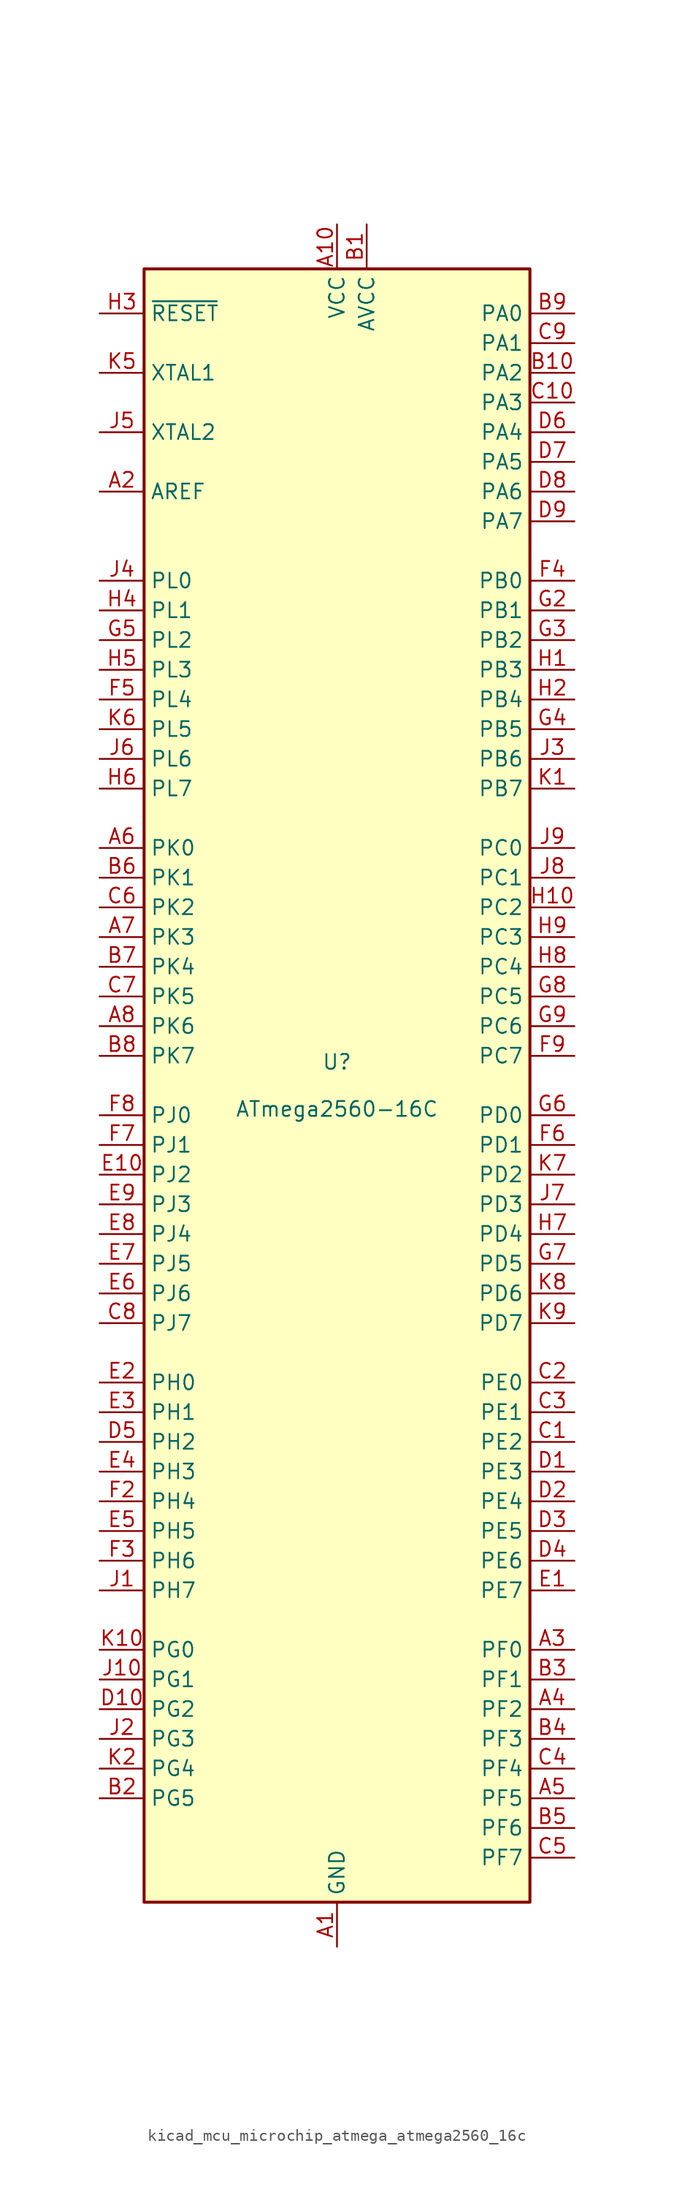
<source format=kicad_sym>
(kicad_symbol_lib
  (version 20220914)
  (generator kicad_symbol_editor)
  (symbol "kicad_mcu_microchip_atmega_atmega2560_16c"
    (property "Reference" "U"
      (at 0 1.27 0)
      (effects (font (size 1.27 1.27)) (justify bottom)))
    (property "Value" "ATmega2560-16C"
      (at 0 -1.27 0)
      (effects (font (size 1.27 1.27)) (justify top)))
    (symbol "kicad_mcu_microchip_atmega_atmega2560_16c_0_1"
      (rectangle (start -16.51 -69.85) (end 16.51 69.85) (stroke (width 0.254) (type default)) (fill (type background))))
    (symbol "kicad_mcu_microchip_atmega_atmega2560_16c_1_1"
      (pin power_in line (at 0 -73.66 90) (length 3.81) (name "GND" (effects (font (size 1.27 1.27)))) (number "A1" (effects (font (size 1.27 1.27)))))
      (pin power_in line (at 0 73.66 270) (length 3.81) (name "VCC" (effects (font (size 1.27 1.27)))) (number "A10" (effects (font (size 1.27 1.27)))))
      (pin passive line (at -20.32 50.8 0) (length 3.81) (name "AREF" (effects (font (size 1.27 1.27)))) (number "A2" (effects (font (size 1.27 1.27)))))
      (pin bidirectional line (at 20.32 -48.26 180) (length 3.81) (name "PF0" (effects (font (size 1.27 1.27)))) (number "A3" (effects (font (size 1.27 1.27)))))
      (pin bidirectional line (at 20.32 -53.34 180) (length 3.81) (name "PF2" (effects (font (size 1.27 1.27)))) (number "A4" (effects (font (size 1.27 1.27)))))
      (pin bidirectional line (at 20.32 -60.96 180) (length 3.81) (name "PF5" (effects (font (size 1.27 1.27)))) (number "A5" (effects (font (size 1.27 1.27)))))
      (pin bidirectional line (at -20.32 20.32 0) (length 3.81) (name "PK0" (effects (font (size 1.27 1.27)))) (number "A6" (effects (font (size 1.27 1.27)))))
      (pin bidirectional line (at -20.32 12.7 0) (length 3.81) (name "PK3" (effects (font (size 1.27 1.27)))) (number "A7" (effects (font (size 1.27 1.27)))))
      (pin bidirectional line (at -20.32 5.08 0) (length 3.81) (name "PK6" (effects (font (size 1.27 1.27)))) (number "A8" (effects (font (size 1.27 1.27)))))
      (pin passive line (at 0 -73.66 90) (length 3.81) hide (name "GND" (effects (font (size 1.27 1.27)))) (number "A9" (effects (font (size 1.27 1.27)))))
      (pin power_in line (at 2.54 73.66 270) (length 3.81) (name "AVCC" (effects (font (size 1.27 1.27)))) (number "B1" (effects (font (size 1.27 1.27)))))
      (pin bidirectional line (at 20.32 60.96 180) (length 3.81) (name "PA2" (effects (font (size 1.27 1.27)))) (number "B10" (effects (font (size 1.27 1.27)))))
      (pin bidirectional line (at -20.32 -60.96 0) (length 3.81) (name "PG5" (effects (font (size 1.27 1.27)))) (number "B2" (effects (font (size 1.27 1.27)))))
      (pin bidirectional line (at 20.32 -50.8 180) (length 3.81) (name "PF1" (effects (font (size 1.27 1.27)))) (number "B3" (effects (font (size 1.27 1.27)))))
      (pin bidirectional line (at 20.32 -55.88 180) (length 3.81) (name "PF3" (effects (font (size 1.27 1.27)))) (number "B4" (effects (font (size 1.27 1.27)))))
      (pin bidirectional line (at 20.32 -63.5 180) (length 3.81) (name "PF6" (effects (font (size 1.27 1.27)))) (number "B5" (effects (font (size 1.27 1.27)))))
      (pin bidirectional line (at -20.32 17.78 0) (length 3.81) (name "PK1" (effects (font (size 1.27 1.27)))) (number "B6" (effects (font (size 1.27 1.27)))))
      (pin bidirectional line (at -20.32 10.16 0) (length 3.81) (name "PK4" (effects (font (size 1.27 1.27)))) (number "B7" (effects (font (size 1.27 1.27)))))
      (pin bidirectional line (at -20.32 2.54 0) (length 3.81) (name "PK7" (effects (font (size 1.27 1.27)))) (number "B8" (effects (font (size 1.27 1.27)))))
      (pin bidirectional line (at 20.32 66.04 180) (length 3.81) (name "PA0" (effects (font (size 1.27 1.27)))) (number "B9" (effects (font (size 1.27 1.27)))))
      (pin bidirectional line (at 20.32 -30.48 180) (length 3.81) (name "PE2" (effects (font (size 1.27 1.27)))) (number "C1" (effects (font (size 1.27 1.27)))))
      (pin bidirectional line (at 20.32 58.42 180) (length 3.81) (name "PA3" (effects (font (size 1.27 1.27)))) (number "C10" (effects (font (size 1.27 1.27)))))
      (pin bidirectional line (at 20.32 -25.4 180) (length 3.81) (name "PE0" (effects (font (size 1.27 1.27)))) (number "C2" (effects (font (size 1.27 1.27)))))
      (pin bidirectional line (at 20.32 -27.94 180) (length 3.81) (name "PE1" (effects (font (size 1.27 1.27)))) (number "C3" (effects (font (size 1.27 1.27)))))
      (pin bidirectional line (at 20.32 -58.42 180) (length 3.81) (name "PF4" (effects (font (size 1.27 1.27)))) (number "C4" (effects (font (size 1.27 1.27)))))
      (pin bidirectional line (at 20.32 -66.04 180) (length 3.81) (name "PF7" (effects (font (size 1.27 1.27)))) (number "C5" (effects (font (size 1.27 1.27)))))
      (pin bidirectional line (at -20.32 15.24 0) (length 3.81) (name "PK2" (effects (font (size 1.27 1.27)))) (number "C6" (effects (font (size 1.27 1.27)))))
      (pin bidirectional line (at -20.32 7.62 0) (length 3.81) (name "PK5" (effects (font (size 1.27 1.27)))) (number "C7" (effects (font (size 1.27 1.27)))))
      (pin bidirectional line (at -20.32 -20.32 0) (length 3.81) (name "PJ7" (effects (font (size 1.27 1.27)))) (number "C8" (effects (font (size 1.27 1.27)))))
      (pin bidirectional line (at 20.32 63.5 180) (length 3.81) (name "PA1" (effects (font (size 1.27 1.27)))) (number "C9" (effects (font (size 1.27 1.27)))))
      (pin bidirectional line (at 20.32 -33.02 180) (length 3.81) (name "PE3" (effects (font (size 1.27 1.27)))) (number "D1" (effects (font (size 1.27 1.27)))))
      (pin bidirectional line (at -20.32 -53.34 0) (length 3.81) (name "PG2" (effects (font (size 1.27 1.27)))) (number "D10" (effects (font (size 1.27 1.27)))))
      (pin bidirectional line (at 20.32 -35.56 180) (length 3.81) (name "PE4" (effects (font (size 1.27 1.27)))) (number "D2" (effects (font (size 1.27 1.27)))))
      (pin bidirectional line (at 20.32 -38.1 180) (length 3.81) (name "PE5" (effects (font (size 1.27 1.27)))) (number "D3" (effects (font (size 1.27 1.27)))))
      (pin bidirectional line (at 20.32 -40.64 180) (length 3.81) (name "PE6" (effects (font (size 1.27 1.27)))) (number "D4" (effects (font (size 1.27 1.27)))))
      (pin bidirectional line (at -20.32 -30.48 0) (length 3.81) (name "PH2" (effects (font (size 1.27 1.27)))) (number "D5" (effects (font (size 1.27 1.27)))))
      (pin bidirectional line (at 20.32 55.88 180) (length 3.81) (name "PA4" (effects (font (size 1.27 1.27)))) (number "D6" (effects (font (size 1.27 1.27)))))
      (pin bidirectional line (at 20.32 53.34 180) (length 3.81) (name "PA5" (effects (font (size 1.27 1.27)))) (number "D7" (effects (font (size 1.27 1.27)))))
      (pin bidirectional line (at 20.32 50.8 180) (length 3.81) (name "PA6" (effects (font (size 1.27 1.27)))) (number "D8" (effects (font (size 1.27 1.27)))))
      (pin bidirectional line (at 20.32 48.26 180) (length 3.81) (name "PA7" (effects (font (size 1.27 1.27)))) (number "D9" (effects (font (size 1.27 1.27)))))
      (pin bidirectional line (at 20.32 -43.18 180) (length 3.81) (name "PE7" (effects (font (size 1.27 1.27)))) (number "E1" (effects (font (size 1.27 1.27)))))
      (pin bidirectional line (at -20.32 -7.62 0) (length 3.81) (name "PJ2" (effects (font (size 1.27 1.27)))) (number "E10" (effects (font (size 1.27 1.27)))))
      (pin bidirectional line (at -20.32 -25.4 0) (length 3.81) (name "PH0" (effects (font (size 1.27 1.27)))) (number "E2" (effects (font (size 1.27 1.27)))))
      (pin bidirectional line (at -20.32 -27.94 0) (length 3.81) (name "PH1" (effects (font (size 1.27 1.27)))) (number "E3" (effects (font (size 1.27 1.27)))))
      (pin bidirectional line (at -20.32 -33.02 0) (length 3.81) (name "PH3" (effects (font (size 1.27 1.27)))) (number "E4" (effects (font (size 1.27 1.27)))))
      (pin bidirectional line (at -20.32 -38.1 0) (length 3.81) (name "PH5" (effects (font (size 1.27 1.27)))) (number "E5" (effects (font (size 1.27 1.27)))))
      (pin bidirectional line (at -20.32 -17.78 0) (length 3.81) (name "PJ6" (effects (font (size 1.27 1.27)))) (number "E6" (effects (font (size 1.27 1.27)))))
      (pin bidirectional line (at -20.32 -15.24 0) (length 3.81) (name "PJ5" (effects (font (size 1.27 1.27)))) (number "E7" (effects (font (size 1.27 1.27)))))
      (pin bidirectional line (at -20.32 -12.7 0) (length 3.81) (name "PJ4" (effects (font (size 1.27 1.27)))) (number "E8" (effects (font (size 1.27 1.27)))))
      (pin bidirectional line (at -20.32 -10.16 0) (length 3.81) (name "PJ3" (effects (font (size 1.27 1.27)))) (number "E9" (effects (font (size 1.27 1.27)))))
      (pin passive line (at 0 73.66 270) (length 3.81) hide (name "VCC" (effects (font (size 1.27 1.27)))) (number "F1" (effects (font (size 1.27 1.27)))))
      (pin passive line (at 0 -73.66 90) (length 3.81) hide (name "GND" (effects (font (size 1.27 1.27)))) (number "F10" (effects (font (size 1.27 1.27)))))
      (pin bidirectional line (at -20.32 -35.56 0) (length 3.81) (name "PH4" (effects (font (size 1.27 1.27)))) (number "F2" (effects (font (size 1.27 1.27)))))
      (pin bidirectional line (at -20.32 -40.64 0) (length 3.81) (name "PH6" (effects (font (size 1.27 1.27)))) (number "F3" (effects (font (size 1.27 1.27)))))
      (pin bidirectional line (at 20.32 43.18 180) (length 3.81) (name "PB0" (effects (font (size 1.27 1.27)))) (number "F4" (effects (font (size 1.27 1.27)))))
      (pin bidirectional line (at -20.32 33.02 0) (length 3.81) (name "PL4" (effects (font (size 1.27 1.27)))) (number "F5" (effects (font (size 1.27 1.27)))))
      (pin bidirectional line (at 20.32 -5.08 180) (length 3.81) (name "PD1" (effects (font (size 1.27 1.27)))) (number "F6" (effects (font (size 1.27 1.27)))))
      (pin bidirectional line (at -20.32 -5.08 0) (length 3.81) (name "PJ1" (effects (font (size 1.27 1.27)))) (number "F7" (effects (font (size 1.27 1.27)))))
      (pin bidirectional line (at -20.32 -2.54 0) (length 3.81) (name "PJ0" (effects (font (size 1.27 1.27)))) (number "F8" (effects (font (size 1.27 1.27)))))
      (pin bidirectional line (at 20.32 2.54 180) (length 3.81) (name "PC7" (effects (font (size 1.27 1.27)))) (number "F9" (effects (font (size 1.27 1.27)))))
      (pin passive line (at 0 -73.66 90) (length 3.81) hide (name "GND" (effects (font (size 1.27 1.27)))) (number "G1" (effects (font (size 1.27 1.27)))))
      (pin passive line (at 0 73.66 270) (length 3.81) hide (name "VCC" (effects (font (size 1.27 1.27)))) (number "G10" (effects (font (size 1.27 1.27)))))
      (pin bidirectional line (at 20.32 40.64 180) (length 3.81) (name "PB1" (effects (font (size 1.27 1.27)))) (number "G2" (effects (font (size 1.27 1.27)))))
      (pin bidirectional line (at 20.32 38.1 180) (length 3.81) (name "PB2" (effects (font (size 1.27 1.27)))) (number "G3" (effects (font (size 1.27 1.27)))))
      (pin bidirectional line (at 20.32 30.48 180) (length 3.81) (name "PB5" (effects (font (size 1.27 1.27)))) (number "G4" (effects (font (size 1.27 1.27)))))
      (pin bidirectional line (at -20.32 38.1 0) (length 3.81) (name "PL2" (effects (font (size 1.27 1.27)))) (number "G5" (effects (font (size 1.27 1.27)))))
      (pin bidirectional line (at 20.32 -2.54 180) (length 3.81) (name "PD0" (effects (font (size 1.27 1.27)))) (number "G6" (effects (font (size 1.27 1.27)))))
      (pin bidirectional line (at 20.32 -15.24 180) (length 3.81) (name "PD5" (effects (font (size 1.27 1.27)))) (number "G7" (effects (font (size 1.27 1.27)))))
      (pin bidirectional line (at 20.32 7.62 180) (length 3.81) (name "PC5" (effects (font (size 1.27 1.27)))) (number "G8" (effects (font (size 1.27 1.27)))))
      (pin bidirectional line (at 20.32 5.08 180) (length 3.81) (name "PC6" (effects (font (size 1.27 1.27)))) (number "G9" (effects (font (size 1.27 1.27)))))
      (pin bidirectional line (at 20.32 35.56 180) (length 3.81) (name "PB3" (effects (font (size 1.27 1.27)))) (number "H1" (effects (font (size 1.27 1.27)))))
      (pin bidirectional line (at 20.32 15.24 180) (length 3.81) (name "PC2" (effects (font (size 1.27 1.27)))) (number "H10" (effects (font (size 1.27 1.27)))))
      (pin bidirectional line (at 20.32 33.02 180) (length 3.81) (name "PB4" (effects (font (size 1.27 1.27)))) (number "H2" (effects (font (size 1.27 1.27)))))
      (pin input line (at -20.32 66.04 0) (length 3.81) (name "~{RESET}" (effects (font (size 1.27 1.27)))) (number "H3" (effects (font (size 1.27 1.27)))))
      (pin bidirectional line (at -20.32 40.64 0) (length 3.81) (name "PL1" (effects (font (size 1.27 1.27)))) (number "H4" (effects (font (size 1.27 1.27)))))
      (pin bidirectional line (at -20.32 35.56 0) (length 3.81) (name "PL3" (effects (font (size 1.27 1.27)))) (number "H5" (effects (font (size 1.27 1.27)))))
      (pin bidirectional line (at -20.32 25.4 0) (length 3.81) (name "PL7" (effects (font (size 1.27 1.27)))) (number "H6" (effects (font (size 1.27 1.27)))))
      (pin bidirectional line (at 20.32 -12.7 180) (length 3.81) (name "PD4" (effects (font (size 1.27 1.27)))) (number "H7" (effects (font (size 1.27 1.27)))))
      (pin bidirectional line (at 20.32 10.16 180) (length 3.81) (name "PC4" (effects (font (size 1.27 1.27)))) (number "H8" (effects (font (size 1.27 1.27)))))
      (pin bidirectional line (at 20.32 12.7 180) (length 3.81) (name "PC3" (effects (font (size 1.27 1.27)))) (number "H9" (effects (font (size 1.27 1.27)))))
      (pin bidirectional line (at -20.32 -43.18 0) (length 3.81) (name "PH7" (effects (font (size 1.27 1.27)))) (number "J1" (effects (font (size 1.27 1.27)))))
      (pin bidirectional line (at -20.32 -50.8 0) (length 3.81) (name "PG1" (effects (font (size 1.27 1.27)))) (number "J10" (effects (font (size 1.27 1.27)))))
      (pin bidirectional line (at -20.32 -55.88 0) (length 3.81) (name "PG3" (effects (font (size 1.27 1.27)))) (number "J2" (effects (font (size 1.27 1.27)))))
      (pin bidirectional line (at 20.32 27.94 180) (length 3.81) (name "PB6" (effects (font (size 1.27 1.27)))) (number "J3" (effects (font (size 1.27 1.27)))))
      (pin bidirectional line (at -20.32 43.18 0) (length 3.81) (name "PL0" (effects (font (size 1.27 1.27)))) (number "J4" (effects (font (size 1.27 1.27)))))
      (pin output line (at -20.32 55.88 0) (length 3.81) (name "XTAL2" (effects (font (size 1.27 1.27)))) (number "J5" (effects (font (size 1.27 1.27)))))
      (pin bidirectional line (at -20.32 27.94 0) (length 3.81) (name "PL6" (effects (font (size 1.27 1.27)))) (number "J6" (effects (font (size 1.27 1.27)))))
      (pin bidirectional line (at 20.32 -10.16 180) (length 3.81) (name "PD3" (effects (font (size 1.27 1.27)))) (number "J7" (effects (font (size 1.27 1.27)))))
      (pin bidirectional line (at 20.32 17.78 180) (length 3.81) (name "PC1" (effects (font (size 1.27 1.27)))) (number "J8" (effects (font (size 1.27 1.27)))))
      (pin bidirectional line (at 20.32 20.32 180) (length 3.81) (name "PC0" (effects (font (size 1.27 1.27)))) (number "J9" (effects (font (size 1.27 1.27)))))
      (pin bidirectional line (at 20.32 25.4 180) (length 3.81) (name "PB7" (effects (font (size 1.27 1.27)))) (number "K1" (effects (font (size 1.27 1.27)))))
      (pin bidirectional line (at -20.32 -48.26 0) (length 3.81) (name "PG0" (effects (font (size 1.27 1.27)))) (number "K10" (effects (font (size 1.27 1.27)))))
      (pin bidirectional line (at -20.32 -58.42 0) (length 3.81) (name "PG4" (effects (font (size 1.27 1.27)))) (number "K2" (effects (font (size 1.27 1.27)))))
      (pin passive line (at 0 73.66 270) (length 3.81) hide (name "VCC" (effects (font (size 1.27 1.27)))) (number "K3" (effects (font (size 1.27 1.27)))))
      (pin passive line (at 0 -73.66 90) (length 3.81) hide (name "GND" (effects (font (size 1.27 1.27)))) (number "K4" (effects (font (size 1.27 1.27)))))
      (pin input line (at -20.32 60.96 0) (length 3.81) (name "XTAL1" (effects (font (size 1.27 1.27)))) (number "K5" (effects (font (size 1.27 1.27)))))
      (pin bidirectional line (at -20.32 30.48 0) (length 3.81) (name "PL5" (effects (font (size 1.27 1.27)))) (number "K6" (effects (font (size 1.27 1.27)))))
      (pin bidirectional line (at 20.32 -7.62 180) (length 3.81) (name "PD2" (effects (font (size 1.27 1.27)))) (number "K7" (effects (font (size 1.27 1.27)))))
      (pin bidirectional line (at 20.32 -17.78 180) (length 3.81) (name "PD6" (effects (font (size 1.27 1.27)))) (number "K8" (effects (font (size 1.27 1.27)))))
      (pin bidirectional line (at 20.32 -20.32 180) (length 3.81) (name "PD7" (effects (font (size 1.27 1.27)))) (number "K9" (effects (font (size 1.27 1.27))))))))
</source>
